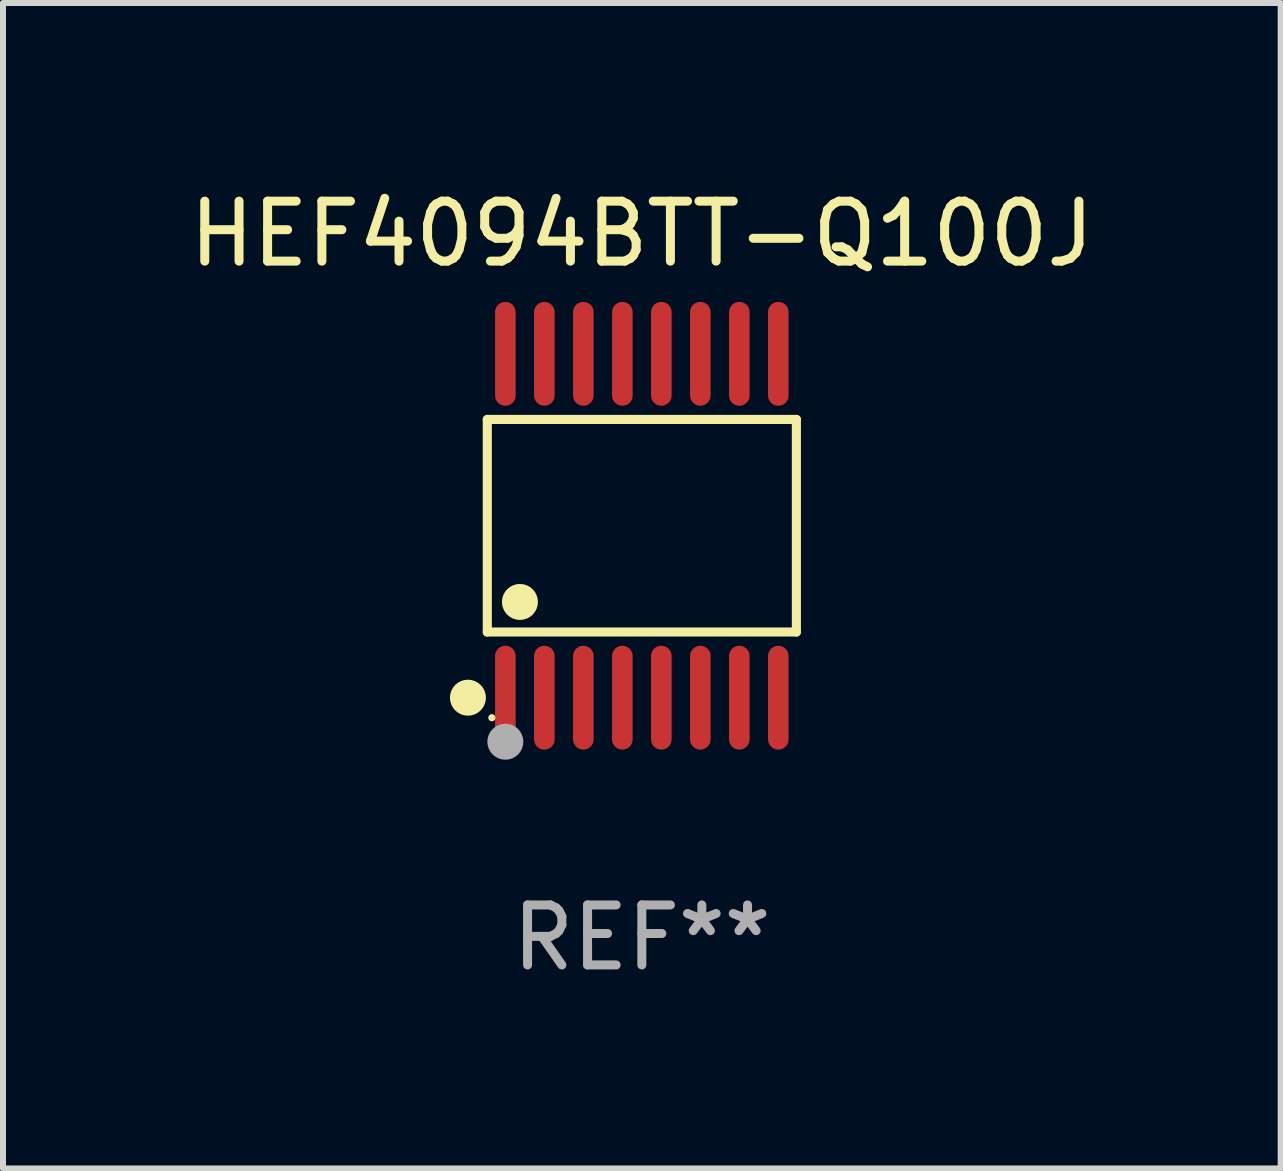
<source format=kicad_pcb>
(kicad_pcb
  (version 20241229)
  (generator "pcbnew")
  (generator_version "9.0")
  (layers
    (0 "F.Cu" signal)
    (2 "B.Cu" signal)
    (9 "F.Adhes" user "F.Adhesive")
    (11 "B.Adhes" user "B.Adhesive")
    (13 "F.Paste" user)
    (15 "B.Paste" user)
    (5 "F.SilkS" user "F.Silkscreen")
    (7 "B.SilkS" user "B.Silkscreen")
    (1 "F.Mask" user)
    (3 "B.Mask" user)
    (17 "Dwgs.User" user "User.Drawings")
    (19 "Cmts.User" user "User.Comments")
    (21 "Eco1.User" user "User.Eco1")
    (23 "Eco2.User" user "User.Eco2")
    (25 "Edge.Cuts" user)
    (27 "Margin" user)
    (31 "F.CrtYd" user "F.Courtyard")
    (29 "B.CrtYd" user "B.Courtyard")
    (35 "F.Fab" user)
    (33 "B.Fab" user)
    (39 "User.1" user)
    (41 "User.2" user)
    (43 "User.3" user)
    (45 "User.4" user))
  (footprint "HEF4094BTT-Q100J"
    (layer "F.Cu")
    (at 7.649 5.714)
    (property "Reference" "HEF4094BTT-Q100J" (at 0 -4.866 0) (layer "F.SilkS") (effects (font (size 1 1) (thickness 0.15))))
    (attr through_hole)
    (fp_line (start -2.576 -1.772) (end 2.576 -1.772) (stroke (width 0.152) (type solid)) (layer "F.SilkS"))
    (fp_line (start -2.576 1.771) (end -2.576 -1.772) (stroke (width 0.152) (type solid)) (layer "F.SilkS"))
    (fp_line (start 2.576 -1.772) (end 2.576 1.771) (stroke (width 0.152) (type solid)) (layer "F.SilkS"))
    (fp_line (start 2.576 1.771) (end -2.576 1.771) (stroke (width 0.152) (type solid)) (layer "F.SilkS"))
    (fp_circle (center -2.899 2.866) (end -2.749 2.866) (stroke (width 0.3) (type solid)) (fill no) (layer "F.SilkS"))
    (fp_circle (center -2.5 3.2) (end -2.47 3.2) (stroke (width 0.06) (type solid)) (fill no) (layer "F.SilkS"))
    (fp_circle (center -2.032 1.27) (end -1.882 1.27) (stroke (width 0.3) (type solid)) (fill no) (layer "F.SilkS"))
    (fp_circle (center -2.275 3.6) (end -2.125 3.6) (stroke (width 0.3) (type solid)) (fill no) (layer "F.Fab"))
    (fp_text user "REF**" (at 0 6.866 0) (layer "F.Fab") (effects (font (size 1 1) (thickness 0.15))))
    (pad "1" smd oval (at -2.275 2.866) (size 0.343 1.731) (layers "F.Cu" "F.Mask" "F.Paste"))
    (pad "2" smd oval (at -1.625 2.866) (size 0.343 1.731) (layers "F.Cu" "F.Mask" "F.Paste"))
    (pad "3" smd oval (at -0.975 2.866) (size 0.343 1.731) (layers "F.Cu" "F.Mask" "F.Paste"))
    (pad "4" smd oval (at -0.325 2.866) (size 0.343 1.731) (layers "F.Cu" "F.Mask" "F.Paste"))
    (pad "5" smd oval (at 0.325 2.866) (size 0.343 1.731) (layers "F.Cu" "F.Mask" "F.Paste"))
    (pad "6" smd oval (at 0.975 2.866) (size 0.343 1.731) (layers "F.Cu" "F.Mask" "F.Paste"))
    (pad "7" smd oval (at 1.625 2.866) (size 0.343 1.731) (layers "F.Cu" "F.Mask" "F.Paste"))
    (pad "8" smd oval (at 2.275 2.866) (size 0.343 1.731) (layers "F.Cu" "F.Mask" "F.Paste"))
    (pad "9" smd oval (at 2.275 -2.866) (size 0.343 1.731) (layers "F.Cu" "F.Mask" "F.Paste"))
    (pad "10" smd oval (at 1.625 -2.866) (size 0.343 1.731) (layers "F.Cu" "F.Mask" "F.Paste"))
    (pad "11" smd oval (at 0.975 -2.866) (size 0.343 1.731) (layers "F.Cu" "F.Mask" "F.Paste"))
    (pad "12" smd oval (at 0.325 -2.866) (size 0.343 1.731) (layers "F.Cu" "F.Mask" "F.Paste"))
    (pad "13" smd oval (at -0.325 -2.866) (size 0.343 1.731) (layers "F.Cu" "F.Mask" "F.Paste"))
    (pad "14" smd oval (at -0.975 -2.866) (size 0.343 1.731) (layers "F.Cu" "F.Mask" "F.Paste"))
    (pad "15" smd oval (at -1.625 -2.866) (size 0.343 1.731) (layers "F.Cu" "F.Mask" "F.Paste"))
    (pad "16" smd oval (at -2.275 -2.866) (size 0.343 1.731) (layers "F.Cu" "F.Mask" "F.Paste")))
  (gr_rect
    (start -3 -3)
    (end 18.298 16.428)
    (stroke (width 0.1) (type default))
    (fill no)
    (layer "Edge.Cuts")))
</source>
